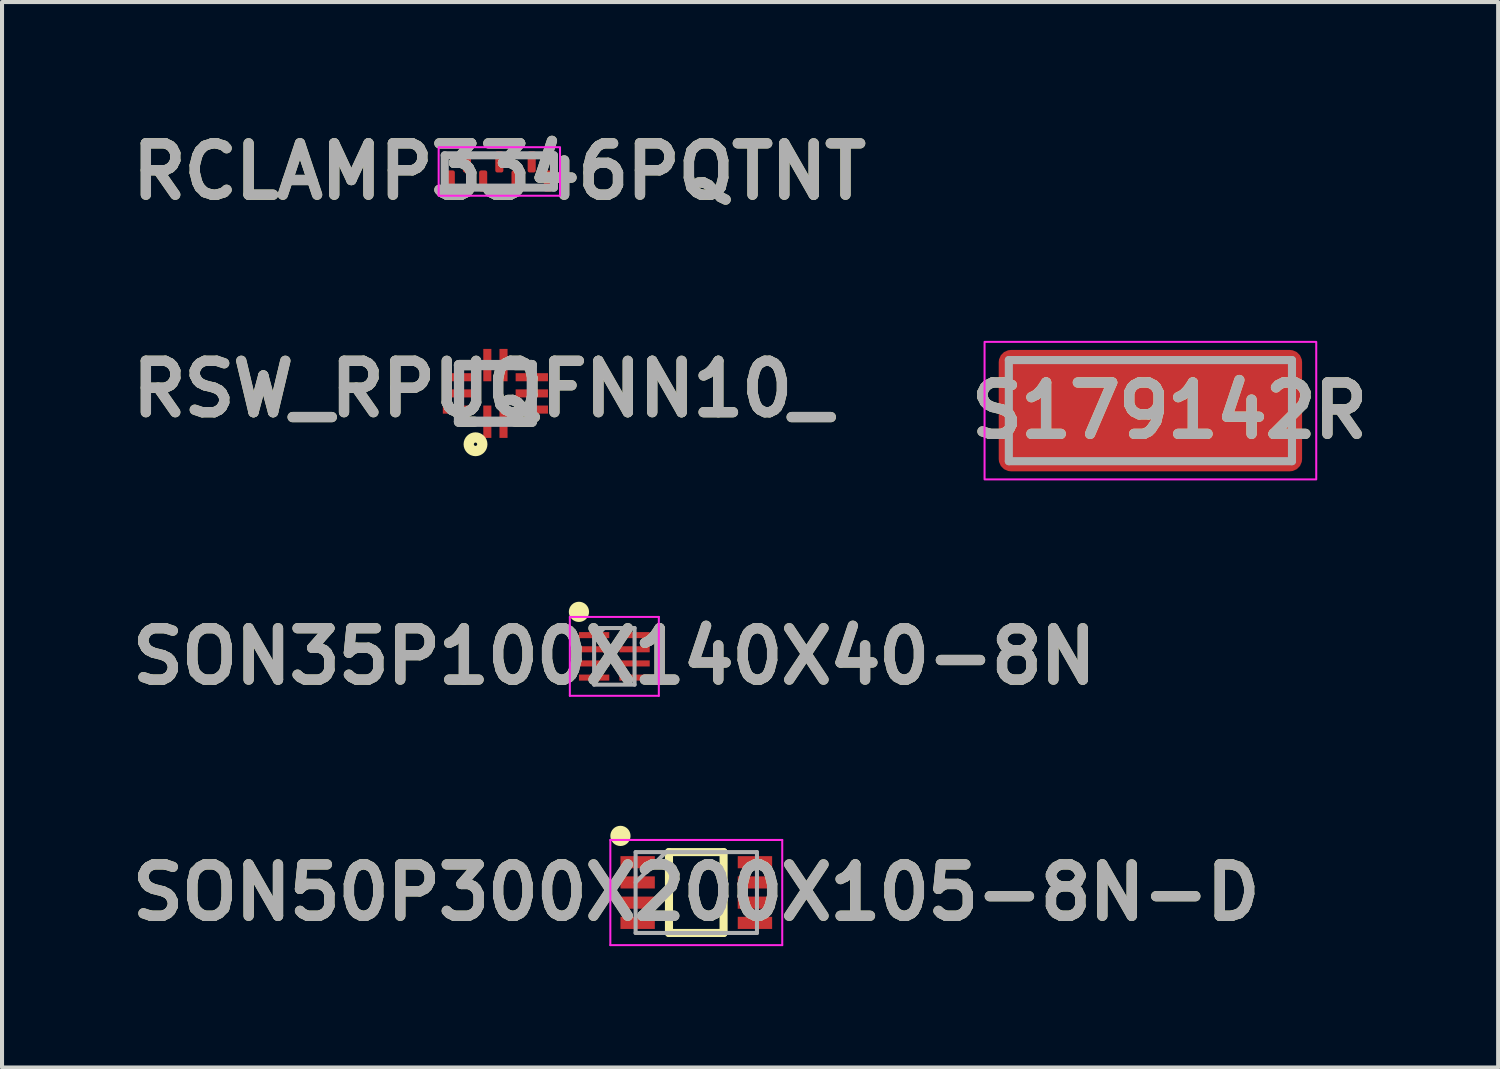
<source format=kicad_pcb>
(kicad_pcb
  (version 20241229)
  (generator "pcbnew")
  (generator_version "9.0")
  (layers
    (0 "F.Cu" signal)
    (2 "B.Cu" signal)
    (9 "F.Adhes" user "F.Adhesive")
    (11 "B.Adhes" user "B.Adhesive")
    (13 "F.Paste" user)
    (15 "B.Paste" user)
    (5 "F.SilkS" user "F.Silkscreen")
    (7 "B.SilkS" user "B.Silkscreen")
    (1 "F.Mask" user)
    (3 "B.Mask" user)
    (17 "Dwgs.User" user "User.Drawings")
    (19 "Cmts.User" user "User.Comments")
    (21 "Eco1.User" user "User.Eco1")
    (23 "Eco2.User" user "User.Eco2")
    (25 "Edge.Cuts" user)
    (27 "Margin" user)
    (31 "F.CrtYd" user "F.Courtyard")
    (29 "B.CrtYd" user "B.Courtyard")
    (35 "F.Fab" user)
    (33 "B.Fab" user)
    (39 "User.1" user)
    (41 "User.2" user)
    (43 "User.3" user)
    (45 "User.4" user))
  (footprint "RSW_RPUQFNN10_"
    (layer "F.Cu")
    (at 9.198 6.676)
    (property "Reference" "RSW_RPUQFNN10_" (at -0.326 -0.11 0) (layer "F.SilkS") (effects (font (size 1.27 1.27) (thickness 0.254))))
    (attr smd)
    (fp_line (start -0.9 -0.7) (end -0.504 -0.7) (stroke (width 0.254) (type solid)) (layer "F.SilkS"))
    (fp_line (start -0.9 0.7) (end -0.521 0.7) (stroke (width 0.254) (type solid)) (layer "F.SilkS"))
    (fp_line (start 0.9 -0.7) (end 0.496 -0.7) (stroke (width 0.254) (type solid)) (layer "F.SilkS"))
    (fp_line (start 0.9 0.7) (end 0.484 0.7) (stroke (width 0.254) (type solid)) (layer "F.SilkS"))
    (fp_circle (center -0.492 1.257) (end -0.492 1.298) (stroke (width 0.254) (type solid)) (fill no) (layer "F.SilkS"))
    (fp_line (start -0.9 -0.7) (end 0.9 -0.7) (stroke (width 0.254) (type solid)) (layer "F.Fab"))
    (fp_line (start -0.9 0.7) (end -0.9 -0.7) (stroke (width 0.254) (type solid)) (layer "F.Fab"))
    (fp_line (start 0.9 -0.7) (end 0.9 0.7) (stroke (width 0.254) (type solid)) (layer "F.Fab"))
    (fp_line (start 0.9 0.7) (end -0.9 0.7) (stroke (width 0.254) (type solid)) (layer "F.Fab"))
    (fp_text user "${REFERENCE}" (at -0.326 -0.11 0) (layer "F.Fab") (effects (font (size 1.27 1.27) (thickness 0.254))))
    (pad "1" smd rect (at -0.2 0.7) (size 0.2 0.8) (layers "F.Cu" "F.Mask" "F.Paste"))
    (pad "2" smd rect (at 0.2 0.7) (size 0.2 0.8) (layers "F.Cu" "F.Mask" "F.Paste"))
    (pad "3" smd rect (at 0.9 0.4 90) (size 0.2 0.8) (layers "F.Cu" "F.Mask" "F.Paste"))
    (pad "4" smd rect (at 0.9 0 90) (size 0.2 0.8) (layers "F.Cu" "F.Mask" "F.Paste"))
    (pad "5" smd rect (at 0.9 -0.4 90) (size 0.2 0.8) (layers "F.Cu" "F.Mask" "F.Paste"))
    (pad "6" smd rect (at 0.2 -0.7) (size 0.2 0.8) (layers "F.Cu" "F.Mask" "F.Paste"))
    (pad "7" smd rect (at -0.2 -0.7) (size 0.2 0.8) (layers "F.Cu" "F.Mask" "F.Paste"))
    (pad "8" smd rect (at -0.9 -0.4 90) (size 0.2 0.8) (layers "F.Cu" "F.Mask" "F.Paste"))
    (pad "9" smd rect (at -0.9 0 90) (size 0.2 0.8) (layers "F.Cu" "F.Mask" "F.Paste"))
    (pad "10" smd rect (at -0.9 0.4 90) (size 0.2 0.8) (layers "F.Cu" "F.Mask" "F.Paste")))
  (footprint "SON35P100X140X40-8N"
    (layer "F.Cu")
    (at 12.138 13.177)
    (property "Reference" "SON35P100X140X40-8N" (at 0 0 0) (layer "F.SilkS") (effects (font (size 1.27 1.27) (thickness 0.254))))
    (attr smd)
    (fp_circle (center -0.875 -1.1) (end -0.875 -0.975) (stroke (width 0.25) (type solid)) (fill no) (layer "F.SilkS"))
    (fp_line (start -1.1 -0.975) (end 1.1 -0.975) (stroke (width 0.05) (type solid)) (layer "F.CrtYd"))
    (fp_line (start -1.1 0.975) (end -1.1 -0.975) (stroke (width 0.05) (type solid)) (layer "F.CrtYd"))
    (fp_line (start 1.1 -0.975) (end 1.1 0.975) (stroke (width 0.05) (type solid)) (layer "F.CrtYd"))
    (fp_line (start 1.1 0.975) (end -1.1 0.975) (stroke (width 0.05) (type solid)) (layer "F.CrtYd"))
    (fp_line (start -0.5 -0.7) (end 0.5 -0.7) (stroke (width 0.1) (type solid)) (layer "F.Fab"))
    (fp_line (start -0.5 -0.45) (end -0.25 -0.7) (stroke (width 0.1) (type solid)) (layer "F.Fab"))
    (fp_line (start -0.5 0.7) (end -0.5 -0.7) (stroke (width 0.1) (type solid)) (layer "F.Fab"))
    (fp_line (start 0.5 -0.7) (end 0.5 0.7) (stroke (width 0.1) (type solid)) (layer "F.Fab"))
    (fp_line (start 0.5 0.7) (end -0.5 0.7) (stroke (width 0.1) (type solid)) (layer "F.Fab"))
    (fp_text user "${REFERENCE}" (at 0 0 0) (layer "F.Fab") (effects (font (size 1.27 1.27) (thickness 0.254))))
    (pad "1" smd rect (at -0.5 -0.525 90) (size 0.15 0.75) (layers "F.Cu" "F.Mask" "F.Paste"))
    (pad "2" smd rect (at -0.5 -0.175 90) (size 0.15 0.75) (layers "F.Cu" "F.Mask" "F.Paste"))
    (pad "3" smd rect (at -0.5 0.175 90) (size 0.15 0.75) (layers "F.Cu" "F.Mask" "F.Paste"))
    (pad "4" smd rect (at -0.5 0.525 90) (size 0.15 0.75) (layers "F.Cu" "F.Mask" "F.Paste"))
    (pad "5" smd rect (at 0.5 0.525 90) (size 0.15 0.75) (layers "F.Cu" "F.Mask" "F.Paste"))
    (pad "6" smd rect (at 0.5 0.175 90) (size 0.15 0.75) (layers "F.Cu" "F.Mask" "F.Paste"))
    (pad "7" smd rect (at 0.5 -0.175 90) (size 0.15 0.75) (layers "F.Cu" "F.Mask" "F.Paste"))
    (pad "8" smd rect (at 0.5 -0.525 90) (size 0.15 0.75) (layers "F.Cu" "F.Mask" "F.Paste")))
  (footprint "SON50P300X200X105-8N-D"
    (layer "F.Cu")
    (at 14.164 19.016)
    (property "Reference" "SON50P300X200X105-8N-D" (at 0 0 0) (layer "F.SilkS") (effects (font (size 1.27 1.27) (thickness 0.254))))
    (attr smd)
    (fp_line (start -0.675 -1) (end 0.675 -1) (stroke (width 0.2) (type solid)) (layer "F.SilkS"))
    (fp_line (start -0.675 1) (end -0.675 -1) (stroke (width 0.2) (type solid)) (layer "F.SilkS"))
    (fp_line (start 0.675 -1) (end 0.675 1) (stroke (width 0.2) (type solid)) (layer "F.SilkS"))
    (fp_line (start 0.675 1) (end -0.675 1) (stroke (width 0.2) (type solid)) (layer "F.SilkS"))
    (fp_circle (center -1.875 -1.4) (end -1.875 -1.275) (stroke (width 0.25) (type solid)) (fill no) (layer "F.SilkS"))
    (fp_line (start -2.125 -1.3) (end 2.125 -1.3) (stroke (width 0.05) (type solid)) (layer "F.CrtYd"))
    (fp_line (start -2.125 1.3) (end -2.125 -1.3) (stroke (width 0.05) (type solid)) (layer "F.CrtYd"))
    (fp_line (start 2.125 -1.3) (end 2.125 1.3) (stroke (width 0.05) (type solid)) (layer "F.CrtYd"))
    (fp_line (start 2.125 1.3) (end -2.125 1.3) (stroke (width 0.05) (type solid)) (layer "F.CrtYd"))
    (fp_line (start -1.5 -1) (end 1.5 -1) (stroke (width 0.1) (type solid)) (layer "F.Fab"))
    (fp_line (start -1.5 -0.25) (end -0.75 -1) (stroke (width 0.1) (type solid)) (layer "F.Fab"))
    (fp_line (start -1.5 1) (end -1.5 -1) (stroke (width 0.1) (type solid)) (layer "F.Fab"))
    (fp_line (start 1.5 -1) (end 1.5 1) (stroke (width 0.1) (type solid)) (layer "F.Fab"))
    (fp_line (start 1.5 1) (end -1.5 1) (stroke (width 0.1) (type solid)) (layer "F.Fab"))
    (fp_text user "${REFERENCE}" (at 0 0 0) (layer "F.Fab") (effects (font (size 1.27 1.27) (thickness 0.254))))
    (pad "1" smd rect (at -1.45 -0.75 90) (size 0.3 0.85) (layers "F.Cu" "F.Mask" "F.Paste"))
    (pad "2" smd rect (at -1.45 -0.25 90) (size 0.3 0.85) (layers "F.Cu" "F.Mask" "F.Paste"))
    (pad "3" smd rect (at -1.45 0.25 90) (size 0.3 0.85) (layers "F.Cu" "F.Mask" "F.Paste"))
    (pad "4" smd rect (at -1.45 0.75 90) (size 0.3 0.85) (layers "F.Cu" "F.Mask" "F.Paste"))
    (pad "5" smd rect (at 1.45 0.75 90) (size 0.3 0.85) (layers "F.Cu" "F.Mask" "F.Paste"))
    (pad "6" smd rect (at 1.45 0.25 90) (size 0.3 0.85) (layers "F.Cu" "F.Mask" "F.Paste"))
    (pad "7" smd rect (at 1.45 -0.25 90) (size 0.3 0.85) (layers "F.Cu" "F.Mask" "F.Paste"))
    (pad "8" smd rect (at 1.45 -0.75 90) (size 0.3 0.85) (layers "F.Cu" "F.Mask" "F.Paste")))
  (footprint "RCLAMP3346PQTNT"
    (layer "F.Cu")
    (at 9.295 1.189)
    (property "Reference" "RCLAMP3346PQTNT" (at 0 0 0) (layer "F.SilkS") (effects (font (size 1.27 1.27) (thickness 0.254))))
    (attr smd)
    (fp_line (start -1.35 -0.4) (end -1.2 -0.4) (stroke (width 0.1) (type solid)) (layer "F.SilkS"))
    (fp_line (start -1.35 -0.3) (end -1.35 -0.4) (stroke (width 0.1) (type solid)) (layer "F.SilkS"))
    (fp_line (start 1.35 -0.4) (end 1.2 -0.4) (stroke (width 0.1) (type solid)) (layer "F.SilkS"))
    (fp_line (start 1.35 -0.3) (end 1.35 -0.4) (stroke (width 0.1) (type solid)) (layer "F.SilkS"))
    (fp_rect (start -1.5 -0.6) (end 1.5 0.6) (stroke (width 0.05) (type default)) (fill no) (layer "F.CrtYd"))
    (fp_line (start -1.35 -0.4) (end 1.35 -0.4) (stroke (width 0.2) (type solid)) (layer "F.Fab"))
    (fp_line (start -1.35 0.4) (end -1.35 -0.4) (stroke (width 0.2) (type solid)) (layer "F.Fab"))
    (fp_line (start 1.35 -0.4) (end 1.35 0.4) (stroke (width 0.2) (type solid)) (layer "F.Fab"))
    (fp_line (start 1.35 0.4) (end -1.35 0.4) (stroke (width 0.2) (type solid)) (layer "F.Fab"))
    (fp_text user "${REFERENCE}" (at 0 0 0) (layer "F.Fab") (effects (font (size 1.27 1.27) (thickness 0.254))))
    (pad "1" smd roundrect (at -1.2 0.237) (size 0.2 0.525) (layers "F.Cu" "F.Mask" "F.Paste") (roundrect_rratio 0.25))
    (pad "2" smd roundrect (at -0.4 0.237) (size 0.2 0.525) (layers "F.Cu" "F.Mask" "F.Paste") (roundrect_rratio 0.25))
    (pad "3" smd roundrect (at 0.4 0.237) (size 0.2 0.525) (layers "F.Cu" "F.Mask" "F.Paste") (roundrect_rratio 0.25))
    (pad "4" smd roundrect (at 1.2 0.237) (size 0.2 0.525) (layers "F.Cu" "F.Mask" "F.Paste") (roundrect_rratio 0.25))
    (pad "5" smd roundrect (at -0.8 -0.237) (size 0.2 0.525) (layers "F.Cu" "F.Mask" "F.Paste") (roundrect_rratio 0.25))
    (pad "6" smd roundrect (at 0 -0.237) (size 0.2 0.525) (layers "F.Cu" "F.Mask" "F.Paste") (roundrect_rratio 0.25))
    (pad "7" smd roundrect (at 0.8 -0.237) (size 0.2 0.525) (layers "F.Cu" "F.Mask" "F.Paste") (roundrect_rratio 0.25)))
  (footprint "S179142R"
    (layer "F.Cu")
    (at 25.391 7.102)
    (property "Reference" "S179142R" (at 0.475 0 0) (layer "F.SilkS") (effects (font (size 1.27 1.27) (thickness 0.254))))
    (attr smd)
    (fp_rect (start -4.1 -1.7) (end 4.1 1.7) (stroke (width 0.05) (type default)) (fill no) (layer "F.CrtYd"))
    (fp_line (start -3.5 -1.25) (end 3.5 -1.25) (stroke (width 0.2) (type solid)) (layer "F.Fab"))
    (fp_line (start -3.5 1.25) (end -3.5 -1.25) (stroke (width 0.2) (type solid)) (layer "F.Fab"))
    (fp_line (start 3.5 -1.25) (end 3.5 1.25) (stroke (width 0.2) (type solid)) (layer "F.Fab"))
    (fp_line (start 3.5 1.25) (end -3.5 1.25) (stroke (width 0.2) (type solid)) (layer "F.Fab"))
    (fp_text user "${REFERENCE}" (at 0.475 0 0) (layer "F.Fab") (effects (font (size 1.27 1.27) (thickness 0.254))))
    (pad "1" smd roundrect (at 0 0 90) (size 3 7.5) (layers "F.Cu" "F.Mask" "F.Paste") (roundrect_rratio 0.1)))
  (gr_rect
    (start -3 -3)
    (end 33.988 23.341)
    (stroke (width 0.1) (type default))
    (fill no)
    (layer "Edge.Cuts")))
</source>
